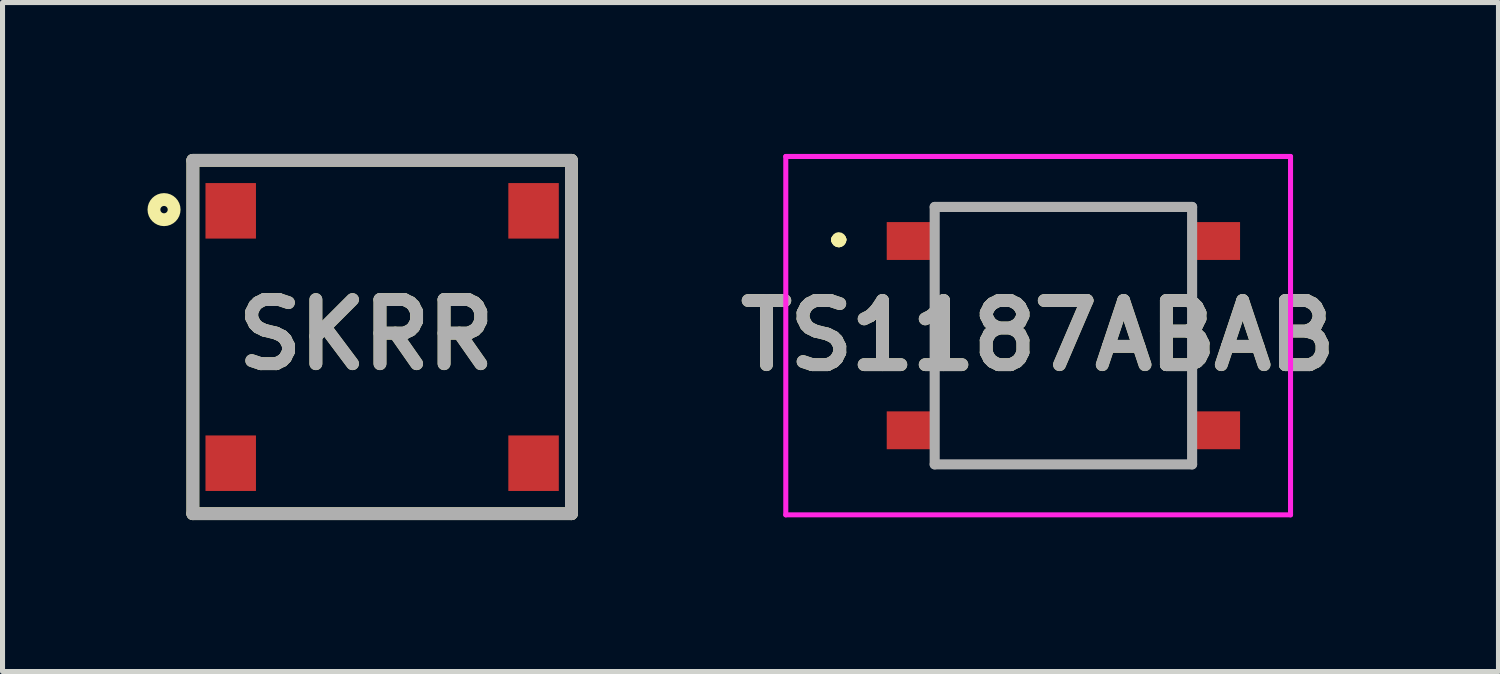
<source format=kicad_pcb>
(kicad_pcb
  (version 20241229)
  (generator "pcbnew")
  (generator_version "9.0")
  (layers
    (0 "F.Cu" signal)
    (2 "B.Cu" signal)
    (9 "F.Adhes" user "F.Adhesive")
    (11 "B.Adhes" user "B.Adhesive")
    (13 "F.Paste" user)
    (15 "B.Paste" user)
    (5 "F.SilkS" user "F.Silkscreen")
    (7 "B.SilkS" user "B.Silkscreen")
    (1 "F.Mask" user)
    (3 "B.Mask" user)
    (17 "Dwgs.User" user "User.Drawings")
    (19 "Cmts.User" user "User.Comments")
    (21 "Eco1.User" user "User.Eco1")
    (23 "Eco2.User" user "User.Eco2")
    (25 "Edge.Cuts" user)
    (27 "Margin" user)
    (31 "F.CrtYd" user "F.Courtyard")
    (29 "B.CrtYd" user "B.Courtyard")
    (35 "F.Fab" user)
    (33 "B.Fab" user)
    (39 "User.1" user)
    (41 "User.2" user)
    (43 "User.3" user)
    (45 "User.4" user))
  (footprint "TS1187ABAB"
    (layer "F.Cu")
    (at 18.018 3.6)
    (property "Reference" "TS1187ABAB" (at -0.5 0 0) (layer "F.SilkS") (effects (font (size 1.27 1.27) (thickness 0.254))))
    (attr smd)
    (fp_line (start -4.5 -1.9) (end -4.5 -1.9) (stroke (width 0.2) (type solid)) (layer "F.SilkS"))
    (fp_line (start -4.5 -1.9) (end -4.5 -1.9) (stroke (width 0.2) (type solid)) (layer "F.SilkS"))
    (fp_line (start -4.4 -1.9) (end -4.4 -1.9) (stroke (width 0.2) (type solid)) (layer "F.SilkS"))
    (fp_line (start -2.55 -1) (end -2.55 1) (stroke (width 0.1) (type solid)) (layer "F.SilkS"))
    (fp_line (start -2 -2.55) (end 2 -2.55) (stroke (width 0.1) (type solid)) (layer "F.SilkS"))
    (fp_line (start -2 2.55) (end 2 2.55) (stroke (width 0.1) (type solid)) (layer "F.SilkS"))
    (fp_line (start 2.55 -1) (end 2.55 1) (stroke (width 0.1) (type solid)) (layer "F.SilkS"))
    (fp_arc (start -4.5 -1.9) (mid -4.45 -1.95) (end -4.4 -1.9) (stroke (width 0.2) (type solid)) (layer "F.SilkS"))
    (fp_arc (start -4.4 -1.9) (mid -4.45 -1.85) (end -4.5 -1.9) (stroke (width 0.2) (type solid)) (layer "F.SilkS"))
    (fp_arc (start -4.4 -1.9) (mid -4.45 -1.85) (end -4.5 -1.9) (stroke (width 0.2) (type solid)) (layer "F.SilkS"))
    (fp_line (start -5.5 -3.55) (end 4.5 -3.55) (stroke (width 0.1) (type solid)) (layer "F.CrtYd"))
    (fp_line (start -5.5 3.55) (end -5.5 -3.55) (stroke (width 0.1) (type solid)) (layer "F.CrtYd"))
    (fp_line (start 4.5 -3.55) (end 4.5 3.55) (stroke (width 0.1) (type solid)) (layer "F.CrtYd"))
    (fp_line (start 4.5 3.55) (end -5.5 3.55) (stroke (width 0.1) (type solid)) (layer "F.CrtYd"))
    (fp_line (start -2.55 -2.55) (end -2.55 2.55) (stroke (width 0.2) (type solid)) (layer "F.Fab"))
    (fp_line (start -2.55 2.55) (end 2.55 2.55) (stroke (width 0.2) (type solid)) (layer "F.Fab"))
    (fp_line (start 2.55 -2.55) (end -2.55 -2.55) (stroke (width 0.2) (type solid)) (layer "F.Fab"))
    (fp_line (start 2.55 2.55) (end 2.55 -2.55) (stroke (width 0.2) (type solid)) (layer "F.Fab"))
    (fp_text user "${REFERENCE}" (at -0.5 0 0) (layer "F.Fab") (effects (font (size 1.27 1.27) (thickness 0.254))))
    (pad "1" smd rect (at -3 -1.875 90) (size 0.75 1) (layers "F.Cu" "F.Mask" "F.Paste"))
    (pad "2" smd rect (at 3 -1.875 90) (size 0.75 1) (layers "F.Cu" "F.Mask" "F.Paste"))
    (pad "3" smd rect (at -3 1.875 90) (size 0.75 1) (layers "F.Cu" "F.Mask" "F.Paste"))
    (pad "4" smd rect (at 3 1.875 90) (size 0.75 1) (layers "F.Cu" "F.Mask" "F.Paste")))
  (footprint "SKRR"
    (layer "F.Cu")
    (at 4.521 3.627)
    (property "Reference" "SKRR" (at -0.315 -0.046 0) (layer "F.SilkS") (effects (font (size 1.27 1.27) (thickness 0.254))))
    (attr smd)
    (fp_line (start -3.75 -3.5) (end -3.75 3.5) (stroke (width 0.254) (type solid)) (layer "F.SilkS"))
    (fp_line (start -3.75 3.5) (end 3.75 3.5) (stroke (width 0.254) (type solid)) (layer "F.SilkS"))
    (fp_line (start 3.75 -3.5) (end -3.75 -3.5) (stroke (width 0.254) (type solid)) (layer "F.SilkS"))
    (fp_line (start 3.75 3.5) (end 3.75 -3.5) (stroke (width 0.254) (type solid)) (layer "F.SilkS"))
    (fp_circle (center -4.321 -2.524) (end -4.321 -2.451) (stroke (width 0.254) (type solid)) (fill no) (layer "F.SilkS"))
    (fp_line (start -3.75 -3.5) (end 3.75 -3.5) (stroke (width 0.254) (type solid)) (layer "F.Fab"))
    (fp_line (start -3.75 3.5) (end -3.75 -3.5) (stroke (width 0.254) (type solid)) (layer "F.Fab"))
    (fp_line (start 3.75 -3.5) (end 3.75 3.5) (stroke (width 0.254) (type solid)) (layer "F.Fab"))
    (fp_line (start 3.75 3.5) (end -3.75 3.5) (stroke (width 0.254) (type solid)) (layer "F.Fab"))
    (fp_text user "${REFERENCE}" (at -0.315 -0.046 0) (layer "F.Fab") (effects (font (size 1.27 1.27) (thickness 0.254))))
    (pad "1" smd rect (at -3 -2.5) (size 1 1.1) (layers "F.Cu" "F.Mask" "F.Paste"))
    (pad "2" smd rect (at -3 2.5) (size 1 1.1) (layers "F.Cu" "F.Mask" "F.Paste"))
    (pad "3" smd rect (at 3 -2.5) (size 1 1.1) (layers "F.Cu" "F.Mask" "F.Paste"))
    (pad "4" smd rect (at 3 2.5) (size 1 1.1) (layers "F.Cu" "F.Mask" "F.Paste")))
  (gr_rect
    (start -3 -3)
    (end 26.638 10.254)
    (stroke (width 0.1) (type default))
    (fill no)
    (layer "Edge.Cuts")))
</source>
